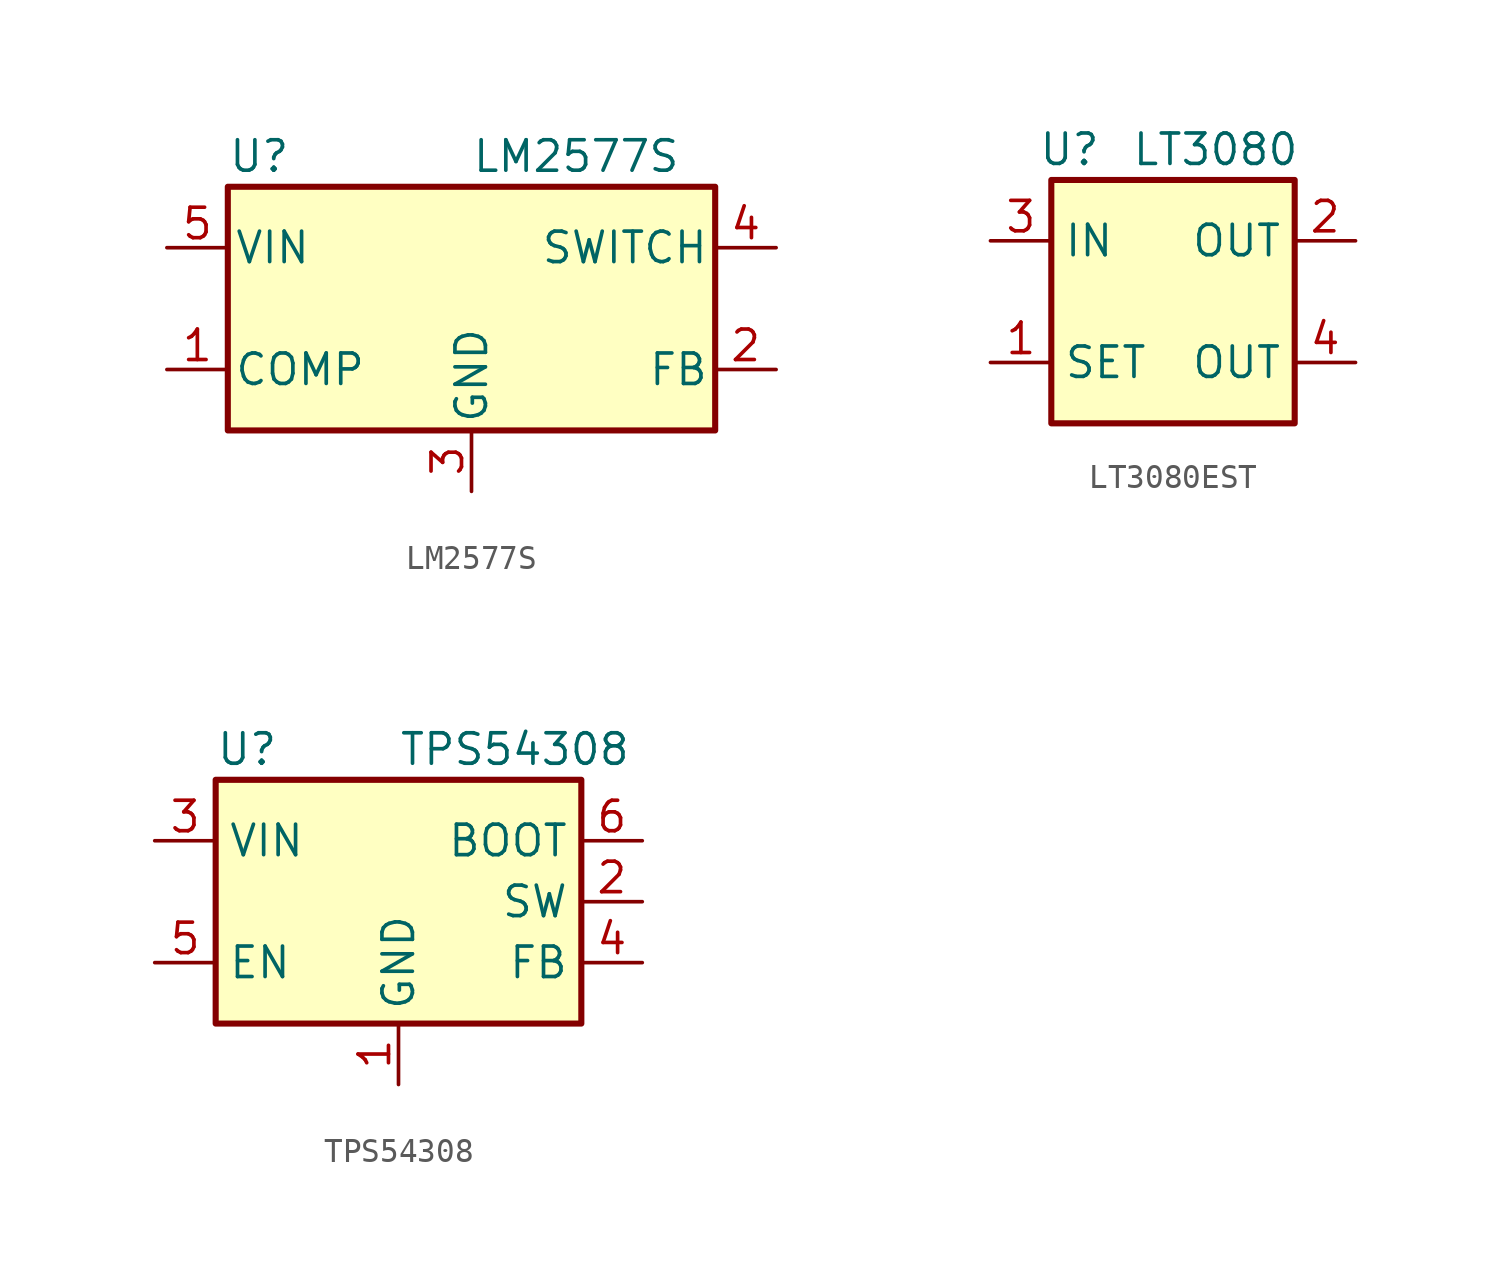
<source format=kicad_sym>
(kicad_symbol_lib
  (version 20241209)
  (generator "kicad_symbol_editor")
  (generator_version "9.0")
  (symbol "LM2577S"
    (pin_names
      (offset 0.254))
    (property "Reference" "U"
      (at -10.16 6.35 0)
      (effects (font (size 1.27 1.27)) (justify left)))
    (property "Value" "LM2577S"
      (at 0 6.35 0)
      (effects (font (size 1.27 1.27)) (justify left)))
    (symbol "LM2577S_0_1"
      (rectangle (start -10.16 5.08) (end 10.16 -5.08) (stroke (width 0.254) (type default)) (fill (type background))))
    (symbol "LM2577S_1_1"
      (pin passive line (at -12.7 2.54 0) (length 2.54) (name "VIN" (effects (font (size 1.27 1.27)))) (number "5" (effects (font (size 1.27 1.27)))))
      (pin passive line (at -12.7 -2.54 0) (length 2.54) (name "COMP" (effects (font (size 1.27 1.27)))) (number "1" (effects (font (size 1.27 1.27)))))
      (pin power_in line (at 0 -7.62 90) (length 2.54) (name "GND" (effects (font (size 1.27 1.27)))) (number "3" (effects (font (size 1.27 1.27)))))
      (pin passive line (at 12.7 2.54 180) (length 2.54) (name "SWITCH" (effects (font (size 1.27 1.27)))) (number "4" (effects (font (size 1.27 1.27)))))
      (pin power_out line (at 12.7 -2.54 180) (length 2.54) (name "FB" (effects (font (size 1.27 1.27)))) (number "2" (effects (font (size 1.27 1.27)))))))
  (symbol "LT3080EST"
    (property "Reference" "U"
      (at -4.318 6.35 0)
      (effects (font (size 1.27 1.27))))
    (property "Value" "LT3080"
      (at 1.778 6.35 0)
      (effects (font (size 1.27 1.27))))
    (symbol "LT3080EST_0_1"
      (rectangle (start -5.08 5.08) (end 5.08 -5.08) (stroke (width 0.254) (type default)) (fill (type background))))
    (symbol "LT3080EST_1_1"
      (pin power_in line (at -7.62 2.54 0) (length 2.54) (name "IN" (effects (font (size 1.27 1.27)))) (number "3" (effects (font (size 1.27 1.27)))))
      (pin input line (at -7.62 -2.54 0) (length 2.54) (name "SET" (effects (font (size 1.27 1.27)))) (number "1" (effects (font (size 1.27 1.27)))))
      (pin power_out line (at 7.62 2.54 180) (length 2.54) (name "OUT" (effects (font (size 1.27 1.27)))) (number "2" (effects (font (size 1.27 1.27)))))
      (pin passive line (at 7.62 -2.54 180) (length 2.54) (name "OUT" (effects (font (size 1.27 1.27)))) (number "4" (effects (font (size 1.27 1.27)))))))
  (symbol "TPS54308"
    (property "Reference" "U"
      (at -7.62 6.35 0)
      (effects (font (size 1.27 1.27)) (justify left)))
    (property "Value" "TPS54308"
      (at 0 6.35 0)
      (effects (font (size 1.27 1.27)) (justify left)))
    (symbol "TPS54308_0_1"
      (rectangle (start -7.62 5.08) (end 7.62 -5.08) (stroke (width 0.254) (type default)) (fill (type background))))
    (symbol "TPS54308_1_1"
      (pin power_in line (at -10.16 2.54 0) (length 2.54) (name "VIN" (effects (font (size 1.27 1.27)))) (number "3" (effects (font (size 1.27 1.27)))))
      (pin input line (at -10.16 -2.54 0) (length 2.54) (name "EN" (effects (font (size 1.27 1.27)))) (number "5" (effects (font (size 1.27 1.27)))))
      (pin power_in line (at 0 -7.62 90) (length 2.54) (name "GND" (effects (font (size 1.27 1.27)))) (number "1" (effects (font (size 1.27 1.27)))))
      (pin passive line (at 10.16 2.54 180) (length 2.54) (name "BOOT" (effects (font (size 1.27 1.27)))) (number "6" (effects (font (size 1.27 1.27)))))
      (pin power_out line (at 10.16 0 180) (length 2.54) (name "SW" (effects (font (size 1.27 1.27)))) (number "2" (effects (font (size 1.27 1.27)))))
      (pin input line (at 10.16 -2.54 180) (length 2.54) (name "FB" (effects (font (size 1.27 1.27)))) (number "4" (effects (font (size 1.27 1.27))))))))
</source>
